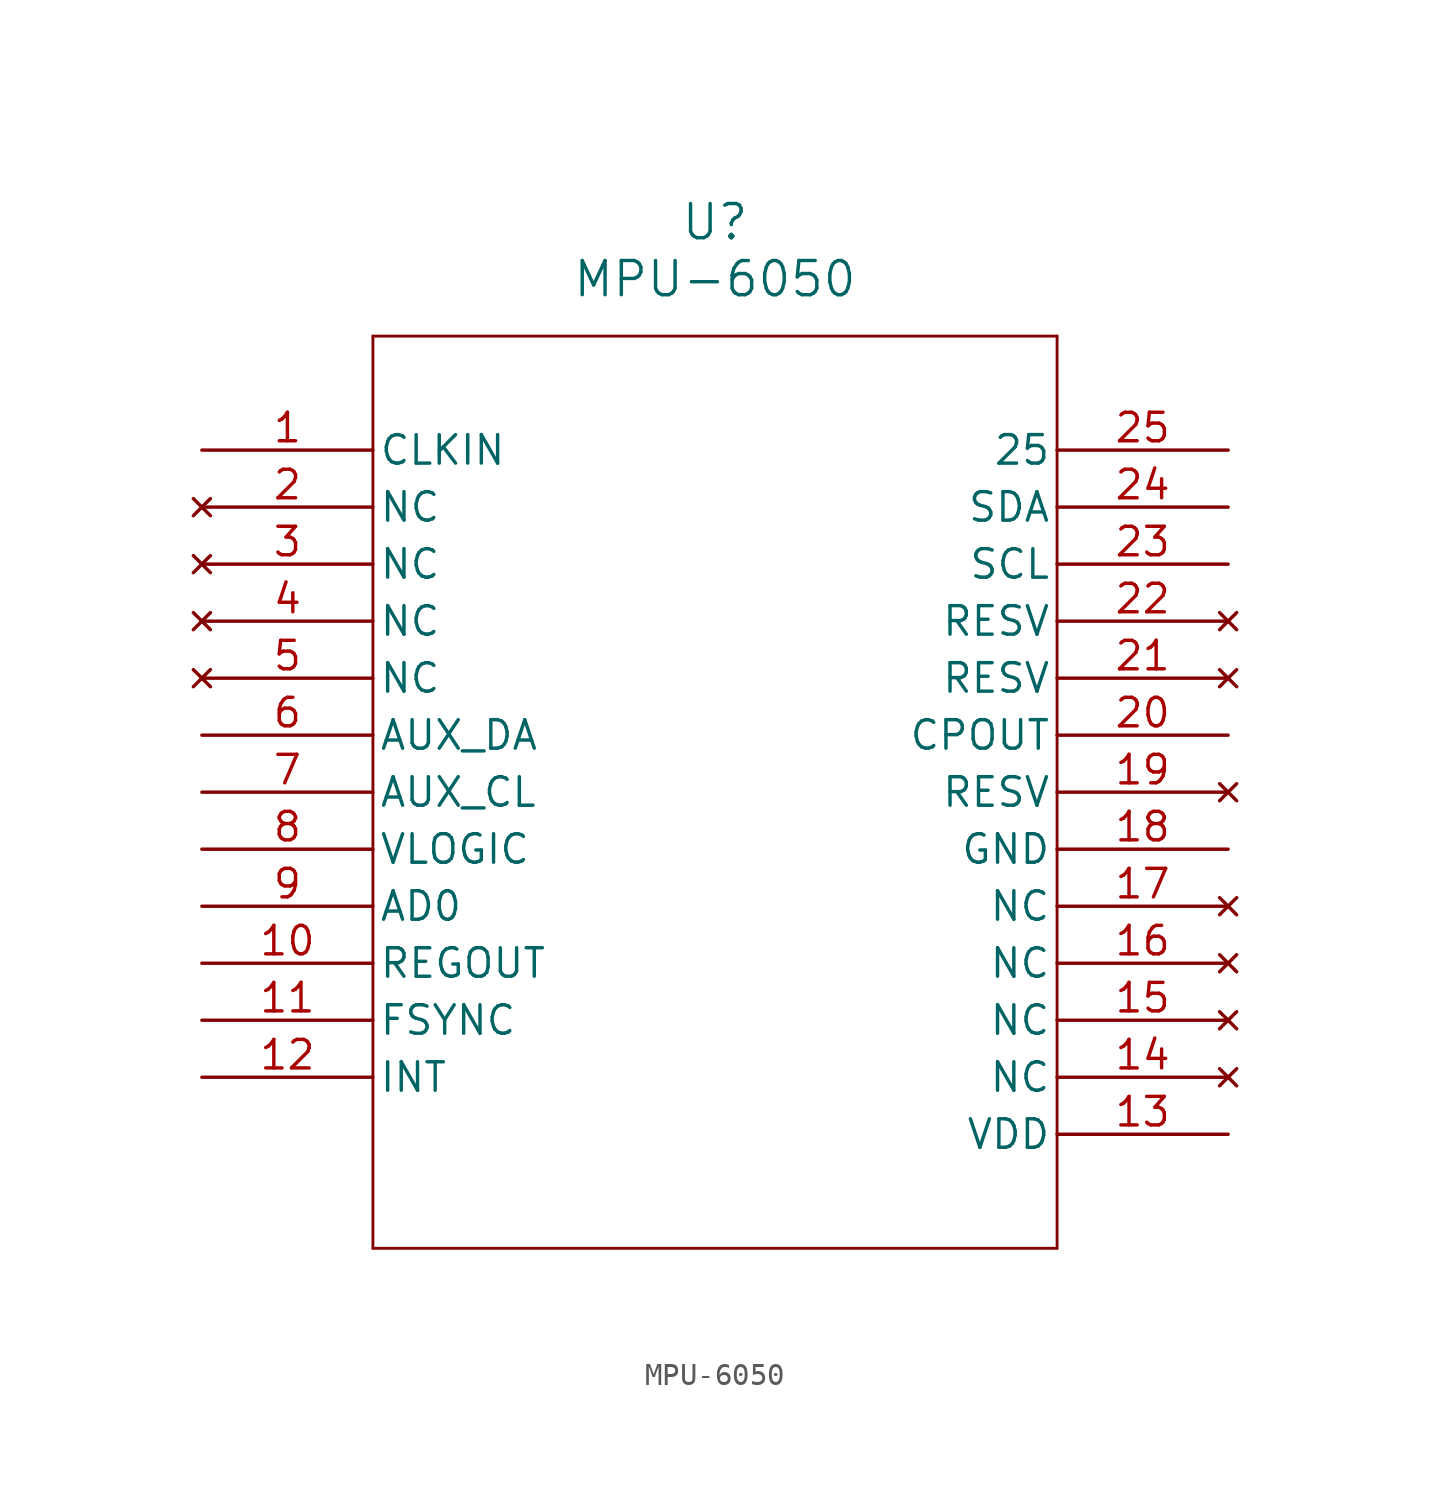
<source format=kicad_sym>
(kicad_symbol_lib
  (version 20211014)
  (generator kicad_symbol_editor)
  (symbol "MPU-6050"
    (pin_names
      (offset 0.254))
    (property "Reference" "U"
      (at 22.86 10.16 0)
      (effects (font (size 1.524 1.524))))
    (property "Value" "MPU-6050"
      (at 22.86 7.62 0)
      (effects (font (size 1.524 1.524))))
    (symbol "MPU-6050_0_1"
      (polyline (pts (xy 7.62 5.08) (xy 7.62 -35.56)) (stroke (width 0.127) (type default) (color 0 0 0 0)) (fill (type none)))
      (polyline (pts (xy 7.62 -35.56) (xy 38.1 -35.56)) (stroke (width 0.127) (type default) (color 0 0 0 0)) (fill (type none)))
      (polyline (pts (xy 38.1 -35.56) (xy 38.1 5.08)) (stroke (width 0.127) (type default) (color 0 0 0 0)) (fill (type none)))
      (polyline (pts (xy 38.1 5.08) (xy 7.62 5.08)) (stroke (width 0.127) (type default) (color 0 0 0 0)) (fill (type none)))
      (pin input line (at 0 0 0) (length 7.62) (name "CLKIN" (effects (font (size 1.27 1.27)))) (number "1" (effects (font (size 1.27 1.27)))))
      (pin no_connect line (at 0 -2.54 0) (length 7.62) (name "NC" (effects (font (size 1.27 1.27)))) (number "2" (effects (font (size 1.27 1.27)))))
      (pin no_connect line (at 0 -5.08 0) (length 7.62) (name "NC" (effects (font (size 1.27 1.27)))) (number "3" (effects (font (size 1.27 1.27)))))
      (pin no_connect line (at 0 -7.62 0) (length 7.62) (name "NC" (effects (font (size 1.27 1.27)))) (number "4" (effects (font (size 1.27 1.27)))))
      (pin no_connect line (at 0 -10.16 0) (length 7.62) (name "NC" (effects (font (size 1.27 1.27)))) (number "5" (effects (font (size 1.27 1.27)))))
      (pin unspecified line (at 0 -12.7 0) (length 7.62) (name "AUX_DA" (effects (font (size 1.27 1.27)))) (number "6" (effects (font (size 1.27 1.27)))))
      (pin unspecified line (at 0 -15.24 0) (length 7.62) (name "AUX_CL" (effects (font (size 1.27 1.27)))) (number "7" (effects (font (size 1.27 1.27)))))
      (pin power_in line (at 0 -17.78 0) (length 7.62) (name "VLOGIC" (effects (font (size 1.27 1.27)))) (number "8" (effects (font (size 1.27 1.27)))))
      (pin bidirectional line (at 0 -20.32 0) (length 7.62) (name "AD0" (effects (font (size 1.27 1.27)))) (number "9" (effects (font (size 1.27 1.27)))))
      (pin unspecified line (at 0 -22.86 0) (length 7.62) (name "REGOUT" (effects (font (size 1.27 1.27)))) (number "10" (effects (font (size 1.27 1.27)))))
      (pin input line (at 0 -25.4 0) (length 7.62) (name "FSYNC" (effects (font (size 1.27 1.27)))) (number "11" (effects (font (size 1.27 1.27)))))
      (pin output line (at 0 -27.94 0) (length 7.62) (name "INT" (effects (font (size 1.27 1.27)))) (number "12" (effects (font (size 1.27 1.27)))))
      (pin power_in line (at 45.72 -30.48 180) (length 7.62) (name "VDD" (effects (font (size 1.27 1.27)))) (number "13" (effects (font (size 1.27 1.27)))))
      (pin no_connect line (at 45.72 -27.94 180) (length 7.62) (name "NC" (effects (font (size 1.27 1.27)))) (number "14" (effects (font (size 1.27 1.27)))))
      (pin no_connect line (at 45.72 -25.4 180) (length 7.62) (name "NC" (effects (font (size 1.27 1.27)))) (number "15" (effects (font (size 1.27 1.27)))))
      (pin no_connect line (at 45.72 -22.86 180) (length 7.62) (name "NC" (effects (font (size 1.27 1.27)))) (number "16" (effects (font (size 1.27 1.27)))))
      (pin no_connect line (at 45.72 -20.32 180) (length 7.62) (name "NC" (effects (font (size 1.27 1.27)))) (number "17" (effects (font (size 1.27 1.27)))))
      (pin power_out line (at 45.72 -17.78 180) (length 7.62) (name "GND" (effects (font (size 1.27 1.27)))) (number "18" (effects (font (size 1.27 1.27)))))
      (pin no_connect line (at 45.72 -15.24 180) (length 7.62) (name "RESV" (effects (font (size 1.27 1.27)))) (number "19" (effects (font (size 1.27 1.27)))))
      (pin unspecified line (at 45.72 -12.7 180) (length 7.62) (name "CPOUT" (effects (font (size 1.27 1.27)))) (number "20" (effects (font (size 1.27 1.27)))))
      (pin no_connect line (at 45.72 -10.16 180) (length 7.62) (name "RESV" (effects (font (size 1.27 1.27)))) (number "21" (effects (font (size 1.27 1.27)))))
      (pin no_connect line (at 45.72 -7.62 180) (length 7.62) (name "RESV" (effects (font (size 1.27 1.27)))) (number "22" (effects (font (size 1.27 1.27)))))
      (pin unspecified line (at 45.72 -5.08 180) (length 7.62) (name "SCL" (effects (font (size 1.27 1.27)))) (number "23" (effects (font (size 1.27 1.27)))))
      (pin unspecified line (at 45.72 -2.54 180) (length 7.62) (name "SDA" (effects (font (size 1.27 1.27)))) (number "24" (effects (font (size 1.27 1.27)))))
      (pin unspecified line (at 45.72 0 180) (length 7.62) (name "25" (effects (font (size 1.27 1.27)))) (number "25" (effects (font (size 1.27 1.27))))))))
</source>
